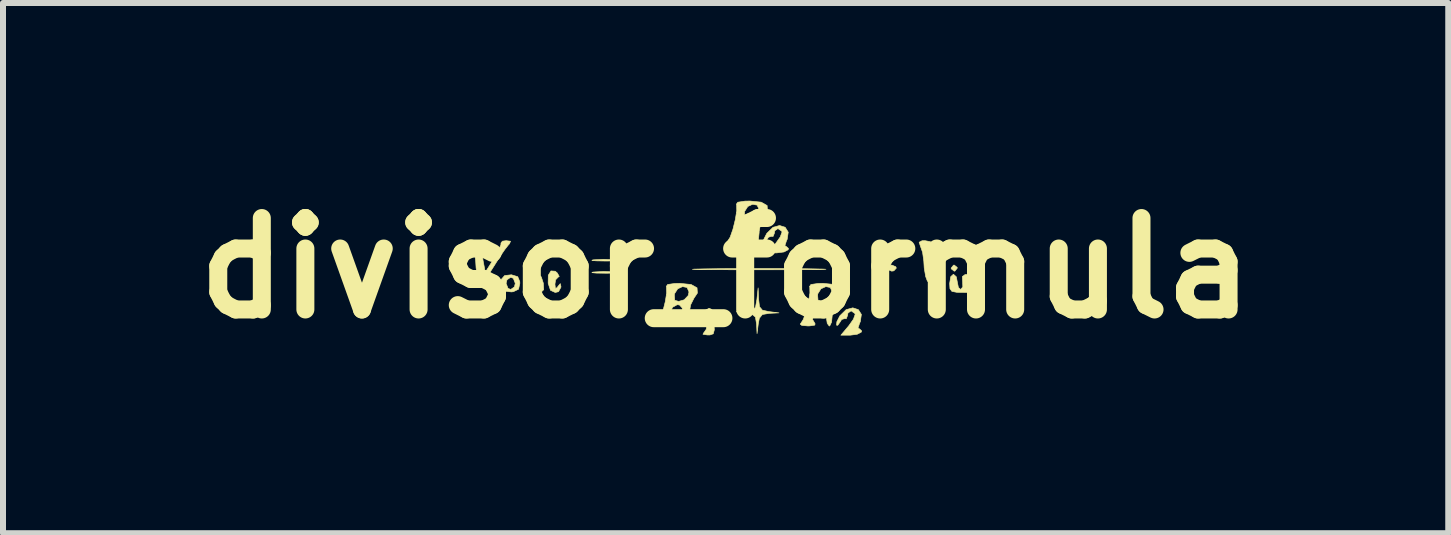
<source format=kicad_pcb>
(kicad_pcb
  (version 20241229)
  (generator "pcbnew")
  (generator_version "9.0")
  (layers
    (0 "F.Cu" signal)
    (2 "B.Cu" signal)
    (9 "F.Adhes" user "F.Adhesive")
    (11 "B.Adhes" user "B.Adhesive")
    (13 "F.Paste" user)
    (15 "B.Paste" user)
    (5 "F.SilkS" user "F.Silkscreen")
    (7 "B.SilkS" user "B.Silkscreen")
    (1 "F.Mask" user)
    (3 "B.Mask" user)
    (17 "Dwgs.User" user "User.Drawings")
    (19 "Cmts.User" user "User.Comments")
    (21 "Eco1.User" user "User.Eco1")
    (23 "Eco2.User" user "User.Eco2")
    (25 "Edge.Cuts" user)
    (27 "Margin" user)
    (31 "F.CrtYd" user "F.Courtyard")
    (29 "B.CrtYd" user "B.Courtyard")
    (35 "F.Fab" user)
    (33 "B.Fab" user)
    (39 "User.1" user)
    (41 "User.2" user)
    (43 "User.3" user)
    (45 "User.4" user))
  (footprint "divisor_formula"
    (layer "F.Cu")
    (at 9.042 1.418)
    (property "Reference" "divisor_formula" (at 0 0 0) (layer "F.SilkS") (effects (font (size 1.524 1.524) (thickness 0.3))))
    (attr through_hole)
    (fp_poly (pts (xy -0.461 0.841) (xy -0.457 0.858) (xy -0.494 0.929) (xy -0.508 0.94) (xy -0.555 0.937) (xy -0.559 0.92) (xy -0.522 0.849) (xy -0.508 0.838) (xy -0.461 0.841)) (stroke (width 0.01) (type solid)) (fill yes) (layer "F.SilkS"))
    (fp_poly (pts (xy 2.836 -0.023) (xy 2.845 0) (xy 2.804 0.045) (xy 2.769 0.051) (xy 2.701 0.023) (xy 2.692 0) (xy 2.734 -0.045) (xy 2.769 -0.051) (xy 2.836 -0.023)) (stroke (width 0.01) (type solid)) (fill yes) (layer "F.SilkS"))
    (fp_poly (pts (xy 3.859 -0.012) (xy 3.861 0) (xy 3.822 0.049) (xy 3.81 0.051) (xy 3.761 0.012) (xy 3.759 0) (xy 3.798 -0.049) (xy 3.81 -0.051) (xy 3.859 -0.012)) (stroke (width 0.01) (type solid)) (fill yes) (layer "F.SilkS"))
    (fp_poly (pts (xy -1.849 -0.139) (xy -1.843 -0.139) (xy -1.795 -0.129) (xy -1.838 -0.122) (xy -1.963 -0.118) (xy -2.007 -0.118) (xy -2.155 -0.121) (xy -2.228 -0.127) (xy -2.215 -0.136) (xy -2.198 -0.138) (xy -2.03 -0.147) (xy -1.849 -0.139)) (stroke (width 0.01) (type solid)) (fill yes) (layer "F.SilkS"))
    (fp_poly (pts (xy -1.849 0.064) (xy -1.843 0.065) (xy -1.795 0.074) (xy -1.838 0.081) (xy -1.963 0.085) (xy -2.007 0.085) (xy -2.155 0.083) (xy -2.228 0.076) (xy -2.215 0.067) (xy -2.198 0.065) (xy -2.03 0.056) (xy -1.849 0.064)) (stroke (width 0.01) (type solid)) (fill yes) (layer "F.SilkS"))
    (fp_poly (pts (xy -0.229 0.689) (xy -0.205 0.786) (xy -0.195 0.889) (xy -0.188 1.029) (xy -0.206 1.095) (xy -0.261 1.114) (xy -0.304 1.114) (xy -0.377 1.103) (xy -0.368 1.084) (xy -0.323 1.02) (xy -0.305 0.91) (xy -0.324 0.802) (xy -0.368 0.761) (xy -0.395 0.744) (xy -0.356 0.711) (xy -0.275 0.67) (xy -0.229 0.689)) (stroke (width 0.01) (type solid)) (fill yes) (layer "F.SilkS"))
    (fp_poly (pts (xy -2.839 0.052) (xy -2.805 0.081) (xy -2.772 0.139) (xy -2.792 0.152) (xy -2.833 0.195) (xy -2.844 0.267) (xy -2.836 0.341) (xy -2.806 0.323) (xy -2.794 0.305) (xy -2.755 0.258) (xy -2.744 0.306) (xy -2.744 0.318) (xy -2.784 0.393) (xy -2.839 0.406) (xy -2.918 0.37) (xy -2.957 0.253) (xy -2.955 0.119) (xy -2.91 0.047) (xy -2.839 0.052)) (stroke (width 0.01) (type solid)) (fill yes) (layer "F.SilkS"))
    (fp_poly (pts (xy -3.072 0.146) (xy -3.037 0.252) (xy -3.037 0.254) (xy -3.031 0.359) (xy -3.073 0.4) (xy -3.178 0.406) (xy -3.294 0.393) (xy -3.346 0.334) (xy -3.364 0.254) (xy -3.363 0.136) (xy -3.319 0.102) (xy -3.267 0.145) (xy -3.251 0.229) (xy -3.232 0.324) (xy -3.194 0.356) (xy -3.159 0.313) (xy -3.162 0.229) (xy -3.16 0.127) (xy -3.123 0.102) (xy -3.072 0.146)) (stroke (width 0.01) (type solid)) (fill yes) (layer "F.SilkS"))
    (fp_poly (pts (xy 0.936 0.007) (xy 1.346 0.011) (xy 1.46 0.013) (xy 1.614 0.016) (xy 1.672 0.019) (xy 1.637 0.022) (xy 1.515 0.024) (xy 1.311 0.026) (xy 1.03 0.027) (xy 0.677 0.028) (xy 0.559 0.028) (xy 0.185 0.028) (xy -0.118 0.026) (xy -0.345 0.025) (xy -0.492 0.023) (xy -0.553 0.02) (xy -0.524 0.017) (xy -0.399 0.014) (xy -0.343 0.013) (xy 0.045 0.008) (xy 0.487 0.007) (xy 0.936 0.007)) (stroke (width 0.01) (type solid)) (fill yes) (layer "F.SilkS"))
    (fp_poly (pts (xy -3.464 0.143) (xy -3.43 0.225) (xy -3.429 0.254) (xy -3.451 0.352) (xy -3.537 0.393) (xy -3.569 0.397) (xy -3.695 0.383) (xy -3.74 0.334) (xy -3.747 0.254) (xy -3.658 0.254) (xy -3.626 0.337) (xy -3.581 0.356) (xy -3.519 0.313) (xy -3.505 0.254) (xy -3.537 0.171) (xy -3.581 0.152) (xy -3.643 0.195) (xy -3.658 0.254) (xy -3.747 0.254) (xy -3.751 0.203) (xy -3.682 0.124) (xy -3.569 0.111) (xy -3.464 0.143)) (stroke (width 0.01) (type solid)) (fill yes) (layer "F.SilkS"))
    (fp_poly (pts (xy 0.55 0.517) (xy 0.565 0.643) (xy 0.613 0.701) (xy 0.723 0.725) (xy 0.724 0.725) (xy 0.889 0.746) (xy 0.727 0.754) (xy 0.613 0.773) (xy 0.562 0.836) (xy 0.545 0.927) (xy 0.524 1.092) (xy 0.516 0.93) (xy 0.497 0.816) (xy 0.434 0.765) (xy 0.343 0.748) (xy 0.178 0.727) (xy 0.34 0.719) (xy 0.448 0.704) (xy 0.499 0.65) (xy 0.521 0.528) (xy 0.522 0.521) (xy 0.542 0.33) (xy 0.55 0.517)) (stroke (width 0.01) (type solid)) (fill yes) (layer "F.SilkS"))
    (fp_poly (pts (xy 0.993 -0.68) (xy 1.044 -0.599) (xy 1.026 -0.479) (xy 1.014 -0.454) (xy 0.988 -0.374) (xy 1.017 -0.356) (xy 1.049 -0.325) (xy 1.041 -0.305) (xy 0.973 -0.269) (xy 0.856 -0.254) (xy 0.702 -0.254) (xy 0.834 -0.411) (xy 0.911 -0.52) (xy 0.94 -0.6) (xy 0.937 -0.614) (xy 0.872 -0.659) (xy 0.82 -0.623) (xy 0.813 -0.581) (xy 0.791 -0.527) (xy 0.767 -0.53) (xy 0.714 -0.515) (xy 0.69 -0.475) (xy 0.65 -0.418) (xy 0.63 -0.42) (xy 0.635 -0.477) (xy 0.685 -0.576) (xy 0.688 -0.58) (xy 0.79 -0.68) (xy 0.9 -0.71) (xy 0.993 -0.68)) (stroke (width 0.01) (type solid)) (fill yes) (layer "F.SilkS"))
    (fp_poly (pts (xy 2.212 0.692) (xy 2.263 0.772) (xy 2.245 0.893) (xy 2.233 0.918) (xy 2.207 0.998) (xy 2.236 1.016) (xy 2.268 1.047) (xy 2.261 1.067) (xy 2.192 1.103) (xy 2.075 1.118) (xy 1.921 1.118) (xy 2.053 0.961) (xy 2.13 0.852) (xy 2.159 0.772) (xy 2.156 0.758) (xy 2.092 0.712) (xy 2.039 0.749) (xy 2.032 0.79) (xy 2.01 0.845) (xy 1.987 0.841) (xy 1.934 0.856) (xy 1.909 0.897) (xy 1.869 0.953) (xy 1.849 0.951) (xy 1.854 0.894) (xy 1.904 0.795) (xy 1.907 0.792) (xy 2.009 0.692) (xy 2.12 0.662) (xy 2.212 0.692)) (stroke (width 0.01) (type solid)) (fill yes) (layer "F.SilkS"))
    (fp_poly (pts (xy -3.584 -0.448) (xy -3.601 -0.406) (xy -3.618 -0.388) (xy -3.68 -0.309) (xy -3.772 -0.174) (xy -3.861 -0.032) (xy -3.954 0.114) (xy -4.029 0.217) (xy -4.069 0.254) (xy -4.107 0.212) (xy -4.134 0.14) (xy -4.158 -0.001) (xy -4.165 -0.118) (xy -4.184 -0.262) (xy -4.218 -0.359) (xy -4.243 -0.431) (xy -4.194 -0.456) (xy -4.144 -0.457) (xy -4.052 -0.44) (xy -4.045 -0.382) (xy -4.046 -0.381) (xy -4.056 -0.282) (xy -4.044 -0.14) (xy -4.04 -0.117) (xy -4.005 0.07) (xy -3.863 -0.155) (xy -3.787 -0.289) (xy -3.745 -0.388) (xy -3.743 -0.419) (xy -3.719 -0.449) (xy -3.657 -0.457) (xy -3.584 -0.448)) (stroke (width 0.01) (type solid)) (fill yes) (layer "F.SilkS"))
    (fp_poly (pts (xy 3.884 -0.448) (xy 3.867 -0.406) (xy 3.849 -0.388) (xy 3.787 -0.309) (xy 3.695 -0.174) (xy 3.606 -0.032) (xy 3.513 0.114) (xy 3.438 0.217) (xy 3.399 0.254) (xy 3.361 0.212) (xy 3.334 0.14) (xy 3.31 -0.001) (xy 3.303 -0.118) (xy 3.283 -0.262) (xy 3.249 -0.359) (xy 3.225 -0.431) (xy 3.274 -0.456) (xy 3.324 -0.457) (xy 3.415 -0.44) (xy 3.422 -0.382) (xy 3.422 -0.381) (xy 3.411 -0.282) (xy 3.424 -0.14) (xy 3.428 -0.117) (xy 3.463 0.07) (xy 3.605 -0.155) (xy 3.681 -0.289) (xy 3.722 -0.388) (xy 3.724 -0.419) (xy 3.748 -0.449) (xy 3.811 -0.457) (xy 3.884 -0.448)) (stroke (width 0.01) (type solid)) (fill yes) (layer "F.SilkS"))
    (fp_poly (pts (xy 4.208 0.114) (xy 4.26 0.172) (xy 4.278 0.254) (xy 4.3 0.406) (xy 4.017 0.406) (xy 3.856 0.404) (xy 3.772 0.388) (xy 3.739 0.344) (xy 3.734 0.26) (xy 3.734 0.254) (xy 3.752 0.143) (xy 3.797 0.102) (xy 3.845 0.145) (xy 3.861 0.229) (xy 3.88 0.324) (xy 3.918 0.356) (xy 3.953 0.313) (xy 3.951 0.254) (xy 4.064 0.254) (xy 4.085 0.337) (xy 4.115 0.356) (xy 4.156 0.313) (xy 4.166 0.254) (xy 4.144 0.171) (xy 4.115 0.152) (xy 4.074 0.195) (xy 4.064 0.254) (xy 3.951 0.254) (xy 3.95 0.229) (xy 3.945 0.141) (xy 3.992 0.107) (xy 4.091 0.102) (xy 4.208 0.114)) (stroke (width 0.01) (type solid)) (fill yes) (layer "F.SilkS"))
    (fp_poly (pts (xy -0.575 0.273) (xy -0.476 0.328) (xy -0.47 0.416) (xy -0.527 0.501) (xy -0.583 0.613) (xy -0.609 0.763) (xy -0.61 0.779) (xy -0.622 0.9) (xy -0.652 0.963) (xy -0.66 0.965) (xy -0.694 0.921) (xy -0.711 0.811) (xy -0.711 0.787) (xy -0.723 0.664) (xy -0.769 0.614) (xy -0.807 0.61) (xy -0.883 0.652) (xy -0.931 0.75) (xy -0.938 0.858) (xy -0.897 0.926) (xy -0.901 0.95) (xy -0.985 0.963) (xy -1.016 0.964) (xy -1.117 0.955) (xy -1.145 0.933) (xy -1.138 0.926) (xy -1.093 0.855) (xy -1.046 0.721) (xy -1.006 0.562) (xy -0.987 0.445) (xy -0.854 0.445) (xy -0.848 0.536) (xy -0.782 0.555) (xy -0.69 0.528) (xy -0.623 0.457) (xy -0.61 0.397) (xy -0.642 0.323) (xy -0.717 0.308) (xy -0.798 0.345) (xy -0.851 0.427) (xy -0.854 0.445) (xy -0.987 0.445) (xy -0.983 0.415) (xy -0.985 0.318) (xy -0.989 0.307) (xy -0.966 0.273) (xy -0.848 0.256) (xy -0.763 0.254) (xy -0.575 0.273)) (stroke (width 0.01) (type solid)) (fill yes) (layer "F.SilkS"))
    (fp_poly (pts (xy 0.593 -1.099) (xy 0.692 -1.043) (xy 0.698 -0.955) (xy 0.641 -0.87) (xy 0.585 -0.759) (xy 0.559 -0.609) (xy 0.559 -0.593) (xy 0.547 -0.472) (xy 0.516 -0.409) (xy 0.508 -0.406) (xy 0.474 -0.451) (xy 0.458 -0.561) (xy 0.457 -0.584) (xy 0.445 -0.708) (xy 0.4 -0.757) (xy 0.362 -0.762) (xy 0.286 -0.719) (xy 0.238 -0.622) (xy 0.231 -0.514) (xy 0.271 -0.445) (xy 0.267 -0.421) (xy 0.184 -0.409) (xy 0.152 -0.408) (xy 0.051 -0.417) (xy 0.024 -0.439) (xy 0.031 -0.445) (xy 0.076 -0.516) (xy 0.123 -0.65) (xy 0.162 -0.809) (xy 0.181 -0.927) (xy 0.314 -0.927) (xy 0.321 -0.836) (xy 0.387 -0.817) (xy 0.478 -0.844) (xy 0.545 -0.914) (xy 0.559 -0.974) (xy 0.526 -1.049) (xy 0.451 -1.064) (xy 0.37 -1.027) (xy 0.317 -0.944) (xy 0.314 -0.927) (xy 0.181 -0.927) (xy 0.186 -0.956) (xy 0.184 -1.053) (xy 0.179 -1.064) (xy 0.203 -1.098) (xy 0.321 -1.116) (xy 0.405 -1.118) (xy 0.593 -1.099)) (stroke (width 0.01) (type solid)) (fill yes) (layer "F.SilkS"))
    (fp_poly (pts (xy 1.813 0.273) (xy 1.911 0.328) (xy 1.917 0.416) (xy 1.86 0.501) (xy 1.805 0.613) (xy 1.778 0.763) (xy 1.778 0.779) (xy 1.766 0.9) (xy 1.736 0.963) (xy 1.727 0.965) (xy 1.694 0.921) (xy 1.677 0.811) (xy 1.676 0.787) (xy 1.664 0.664) (xy 1.619 0.614) (xy 1.581 0.61) (xy 1.505 0.652) (xy 1.457 0.75) (xy 1.45 0.858) (xy 1.491 0.926) (xy 1.487 0.95) (xy 1.403 0.963) (xy 1.372 0.964) (xy 1.27 0.955) (xy 1.243 0.933) (xy 1.25 0.926) (xy 1.295 0.855) (xy 1.342 0.721) (xy 1.382 0.562) (xy 1.4 0.445) (xy 1.533 0.445) (xy 1.54 0.536) (xy 1.606 0.555) (xy 1.698 0.528) (xy 1.765 0.457) (xy 1.778 0.397) (xy 1.745 0.323) (xy 1.671 0.308) (xy 1.589 0.345) (xy 1.537 0.427) (xy 1.533 0.445) (xy 1.4 0.445) (xy 1.405 0.415) (xy 1.403 0.318) (xy 1.398 0.307) (xy 1.422 0.273) (xy 1.54 0.256) (xy 1.624 0.254) (xy 1.813 0.273)) (stroke (width 0.01) (type solid)) (fill yes) (layer "F.SilkS")))
  (gr_rect
    (start -3 -3)
    (end 21.085 5.836)
    (stroke (width 0.1) (type default))
    (fill no)
    (layer "Edge.Cuts")))
</source>
